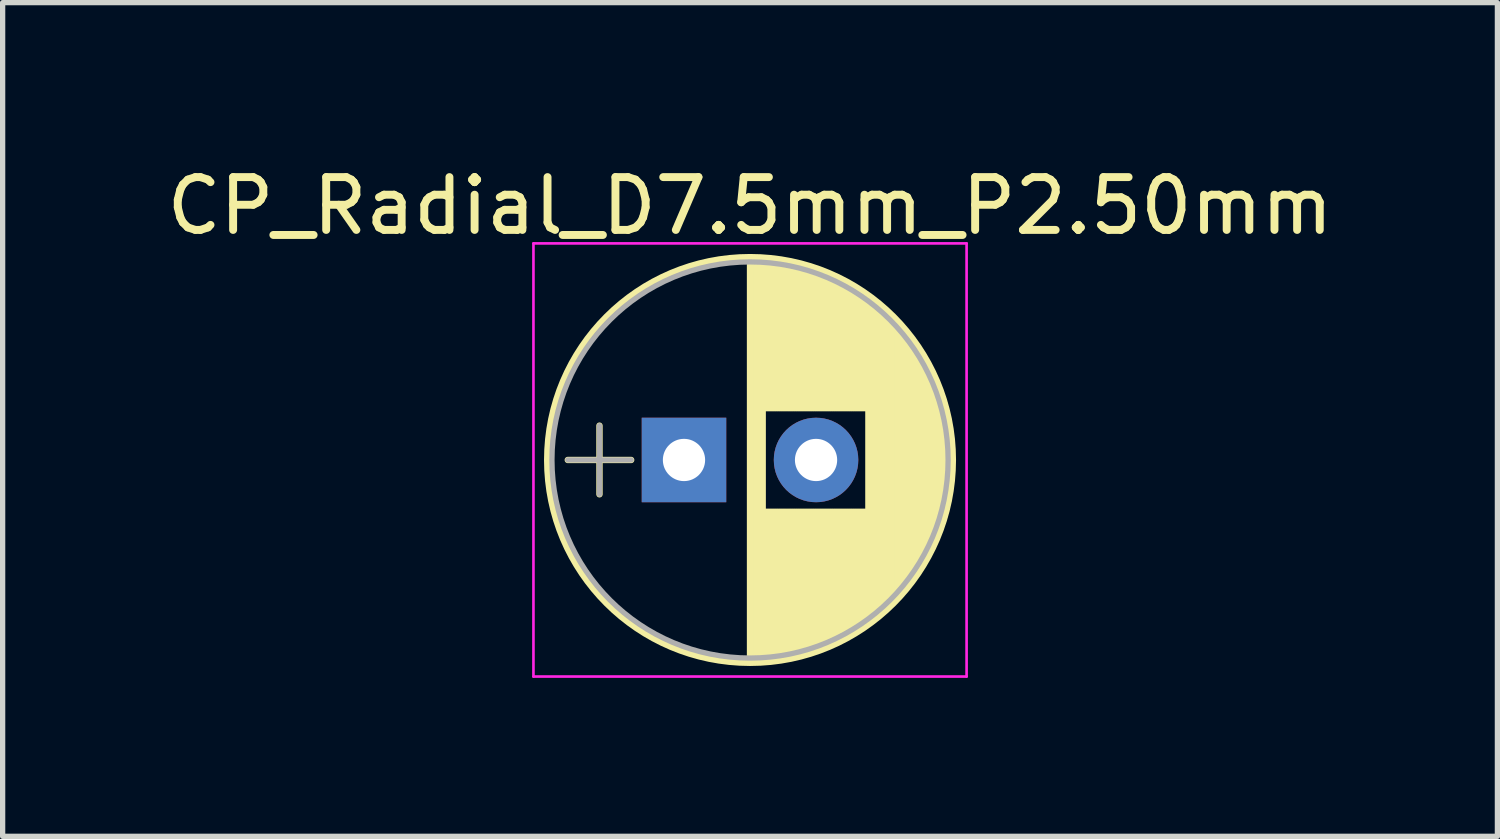
<source format=kicad_pcb>
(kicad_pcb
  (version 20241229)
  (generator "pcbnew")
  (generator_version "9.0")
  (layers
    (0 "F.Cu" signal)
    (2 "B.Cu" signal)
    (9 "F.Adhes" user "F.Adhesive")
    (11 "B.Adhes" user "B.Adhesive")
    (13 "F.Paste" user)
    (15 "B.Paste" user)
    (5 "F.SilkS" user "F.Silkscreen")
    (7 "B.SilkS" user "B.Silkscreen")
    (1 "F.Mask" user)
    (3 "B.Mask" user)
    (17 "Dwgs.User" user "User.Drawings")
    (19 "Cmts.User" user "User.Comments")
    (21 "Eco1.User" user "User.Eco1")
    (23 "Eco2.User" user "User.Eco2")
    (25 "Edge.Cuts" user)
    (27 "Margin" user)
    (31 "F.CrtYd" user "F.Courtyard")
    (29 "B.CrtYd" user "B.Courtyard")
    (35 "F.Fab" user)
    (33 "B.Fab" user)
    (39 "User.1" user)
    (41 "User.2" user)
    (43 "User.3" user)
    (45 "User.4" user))
  (footprint "CP_Radial_D7.5mm_P2.50mm"
    (layer "F.Cu")
    (at 9.899 5.658)
    (property "Reference" "CP_Radial_D7.5mm_P2.50mm" (at 1.25 -4.81 0) (layer "F.SilkS") (effects (font (size 1 1) (thickness 0.15))))
    (attr through_hole)
    (fp_line (start -2.2 0) (end -1 0) (stroke (width 0.12) (type solid)) (layer "F.SilkS"))
    (fp_line (start -1.6 -0.65) (end -1.6 0.65) (stroke (width 0.12) (type solid)) (layer "F.SilkS"))
    (fp_line (start 1.25 -3.8) (end 1.25 3.8) (stroke (width 0.12) (type solid)) (layer "F.SilkS"))
    (fp_line (start 1.29 -3.8) (end 1.29 3.8) (stroke (width 0.12) (type solid)) (layer "F.SilkS"))
    (fp_line (start 1.33 -3.8) (end 1.33 3.8) (stroke (width 0.12) (type solid)) (layer "F.SilkS"))
    (fp_line (start 1.37 -3.799) (end 1.37 3.799) (stroke (width 0.12) (type solid)) (layer "F.SilkS"))
    (fp_line (start 1.41 -3.797) (end 1.41 3.797) (stroke (width 0.12) (type solid)) (layer "F.SilkS"))
    (fp_line (start 1.45 -3.795) (end 1.45 3.795) (stroke (width 0.12) (type solid)) (layer "F.SilkS"))
    (fp_line (start 1.49 -3.793) (end 1.49 3.793) (stroke (width 0.12) (type solid)) (layer "F.SilkS"))
    (fp_line (start 1.53 -3.79) (end 1.53 -0.98) (stroke (width 0.12) (type solid)) (layer "F.SilkS"))
    (fp_line (start 1.53 0.98) (end 1.53 3.79) (stroke (width 0.12) (type solid)) (layer "F.SilkS"))
    (fp_line (start 1.57 -3.787) (end 1.57 -0.98) (stroke (width 0.12) (type solid)) (layer "F.SilkS"))
    (fp_line (start 1.57 0.98) (end 1.57 3.787) (stroke (width 0.12) (type solid)) (layer "F.SilkS"))
    (fp_line (start 1.61 -3.784) (end 1.61 -0.98) (stroke (width 0.12) (type solid)) (layer "F.SilkS"))
    (fp_line (start 1.61 0.98) (end 1.61 3.784) (stroke (width 0.12) (type solid)) (layer "F.SilkS"))
    (fp_line (start 1.65 -3.78) (end 1.65 -0.98) (stroke (width 0.12) (type solid)) (layer "F.SilkS"))
    (fp_line (start 1.65 0.98) (end 1.65 3.78) (stroke (width 0.12) (type solid)) (layer "F.SilkS"))
    (fp_line (start 1.69 -3.775) (end 1.69 -0.98) (stroke (width 0.12) (type solid)) (layer "F.SilkS"))
    (fp_line (start 1.69 0.98) (end 1.69 3.775) (stroke (width 0.12) (type solid)) (layer "F.SilkS"))
    (fp_line (start 1.73 -3.77) (end 1.73 -0.98) (stroke (width 0.12) (type solid)) (layer "F.SilkS"))
    (fp_line (start 1.73 0.98) (end 1.73 3.77) (stroke (width 0.12) (type solid)) (layer "F.SilkS"))
    (fp_line (start 1.77 -3.765) (end 1.77 -0.98) (stroke (width 0.12) (type solid)) (layer "F.SilkS"))
    (fp_line (start 1.77 0.98) (end 1.77 3.765) (stroke (width 0.12) (type solid)) (layer "F.SilkS"))
    (fp_line (start 1.81 -3.759) (end 1.81 -0.98) (stroke (width 0.12) (type solid)) (layer "F.SilkS"))
    (fp_line (start 1.81 0.98) (end 1.81 3.759) (stroke (width 0.12) (type solid)) (layer "F.SilkS"))
    (fp_line (start 1.85 -3.753) (end 1.85 -0.98) (stroke (width 0.12) (type solid)) (layer "F.SilkS"))
    (fp_line (start 1.85 0.98) (end 1.85 3.753) (stroke (width 0.12) (type solid)) (layer "F.SilkS"))
    (fp_line (start 1.89 -3.747) (end 1.89 -0.98) (stroke (width 0.12) (type solid)) (layer "F.SilkS"))
    (fp_line (start 1.89 0.98) (end 1.89 3.747) (stroke (width 0.12) (type solid)) (layer "F.SilkS"))
    (fp_line (start 1.93 -3.74) (end 1.93 -0.98) (stroke (width 0.12) (type solid)) (layer "F.SilkS"))
    (fp_line (start 1.93 0.98) (end 1.93 3.74) (stroke (width 0.12) (type solid)) (layer "F.SilkS"))
    (fp_line (start 1.971 -3.732) (end 1.971 -0.98) (stroke (width 0.12) (type solid)) (layer "F.SilkS"))
    (fp_line (start 1.971 0.98) (end 1.971 3.732) (stroke (width 0.12) (type solid)) (layer "F.SilkS"))
    (fp_line (start 2.011 -3.725) (end 2.011 -0.98) (stroke (width 0.12) (type solid)) (layer "F.SilkS"))
    (fp_line (start 2.011 0.98) (end 2.011 3.725) (stroke (width 0.12) (type solid)) (layer "F.SilkS"))
    (fp_line (start 2.051 -3.716) (end 2.051 -0.98) (stroke (width 0.12) (type solid)) (layer "F.SilkS"))
    (fp_line (start 2.051 0.98) (end 2.051 3.716) (stroke (width 0.12) (type solid)) (layer "F.SilkS"))
    (fp_line (start 2.091 -3.707) (end 2.091 -0.98) (stroke (width 0.12) (type solid)) (layer "F.SilkS"))
    (fp_line (start 2.091 0.98) (end 2.091 3.707) (stroke (width 0.12) (type solid)) (layer "F.SilkS"))
    (fp_line (start 2.131 -3.698) (end 2.131 -0.98) (stroke (width 0.12) (type solid)) (layer "F.SilkS"))
    (fp_line (start 2.131 0.98) (end 2.131 3.698) (stroke (width 0.12) (type solid)) (layer "F.SilkS"))
    (fp_line (start 2.171 -3.689) (end 2.171 -0.98) (stroke (width 0.12) (type solid)) (layer "F.SilkS"))
    (fp_line (start 2.171 0.98) (end 2.171 3.689) (stroke (width 0.12) (type solid)) (layer "F.SilkS"))
    (fp_line (start 2.211 -3.679) (end 2.211 -0.98) (stroke (width 0.12) (type solid)) (layer "F.SilkS"))
    (fp_line (start 2.211 0.98) (end 2.211 3.679) (stroke (width 0.12) (type solid)) (layer "F.SilkS"))
    (fp_line (start 2.251 -3.668) (end 2.251 -0.98) (stroke (width 0.12) (type solid)) (layer "F.SilkS"))
    (fp_line (start 2.251 0.98) (end 2.251 3.668) (stroke (width 0.12) (type solid)) (layer "F.SilkS"))
    (fp_line (start 2.291 -3.657) (end 2.291 -0.98) (stroke (width 0.12) (type solid)) (layer "F.SilkS"))
    (fp_line (start 2.291 0.98) (end 2.291 3.657) (stroke (width 0.12) (type solid)) (layer "F.SilkS"))
    (fp_line (start 2.331 -3.645) (end 2.331 -0.98) (stroke (width 0.12) (type solid)) (layer "F.SilkS"))
    (fp_line (start 2.331 0.98) (end 2.331 3.645) (stroke (width 0.12) (type solid)) (layer "F.SilkS"))
    (fp_line (start 2.371 -3.634) (end 2.371 -0.98) (stroke (width 0.12) (type solid)) (layer "F.SilkS"))
    (fp_line (start 2.371 0.98) (end 2.371 3.634) (stroke (width 0.12) (type solid)) (layer "F.SilkS"))
    (fp_line (start 2.411 -3.621) (end 2.411 -0.98) (stroke (width 0.12) (type solid)) (layer "F.SilkS"))
    (fp_line (start 2.411 0.98) (end 2.411 3.621) (stroke (width 0.12) (type solid)) (layer "F.SilkS"))
    (fp_line (start 2.451 -3.608) (end 2.451 -0.98) (stroke (width 0.12) (type solid)) (layer "F.SilkS"))
    (fp_line (start 2.451 0.98) (end 2.451 3.608) (stroke (width 0.12) (type solid)) (layer "F.SilkS"))
    (fp_line (start 2.491 -3.595) (end 2.491 -0.98) (stroke (width 0.12) (type solid)) (layer "F.SilkS"))
    (fp_line (start 2.491 0.98) (end 2.491 3.595) (stroke (width 0.12) (type solid)) (layer "F.SilkS"))
    (fp_line (start 2.531 -3.581) (end 2.531 -0.98) (stroke (width 0.12) (type solid)) (layer "F.SilkS"))
    (fp_line (start 2.531 0.98) (end 2.531 3.581) (stroke (width 0.12) (type solid)) (layer "F.SilkS"))
    (fp_line (start 2.571 -3.566) (end 2.571 -0.98) (stroke (width 0.12) (type solid)) (layer "F.SilkS"))
    (fp_line (start 2.571 0.98) (end 2.571 3.566) (stroke (width 0.12) (type solid)) (layer "F.SilkS"))
    (fp_line (start 2.611 -3.552) (end 2.611 -0.98) (stroke (width 0.12) (type solid)) (layer "F.SilkS"))
    (fp_line (start 2.611 0.98) (end 2.611 3.552) (stroke (width 0.12) (type solid)) (layer "F.SilkS"))
    (fp_line (start 2.651 -3.536) (end 2.651 -0.98) (stroke (width 0.12) (type solid)) (layer "F.SilkS"))
    (fp_line (start 2.651 0.98) (end 2.651 3.536) (stroke (width 0.12) (type solid)) (layer "F.SilkS"))
    (fp_line (start 2.691 -3.52) (end 2.691 -0.98) (stroke (width 0.12) (type solid)) (layer "F.SilkS"))
    (fp_line (start 2.691 0.98) (end 2.691 3.52) (stroke (width 0.12) (type solid)) (layer "F.SilkS"))
    (fp_line (start 2.731 -3.504) (end 2.731 -0.98) (stroke (width 0.12) (type solid)) (layer "F.SilkS"))
    (fp_line (start 2.731 0.98) (end 2.731 3.504) (stroke (width 0.12) (type solid)) (layer "F.SilkS"))
    (fp_line (start 2.771 -3.487) (end 2.771 -0.98) (stroke (width 0.12) (type solid)) (layer "F.SilkS"))
    (fp_line (start 2.771 0.98) (end 2.771 3.487) (stroke (width 0.12) (type solid)) (layer "F.SilkS"))
    (fp_line (start 2.811 -3.469) (end 2.811 -0.98) (stroke (width 0.12) (type solid)) (layer "F.SilkS"))
    (fp_line (start 2.811 0.98) (end 2.811 3.469) (stroke (width 0.12) (type solid)) (layer "F.SilkS"))
    (fp_line (start 2.851 -3.451) (end 2.851 -0.98) (stroke (width 0.12) (type solid)) (layer "F.SilkS"))
    (fp_line (start 2.851 0.98) (end 2.851 3.451) (stroke (width 0.12) (type solid)) (layer "F.SilkS"))
    (fp_line (start 2.891 -3.433) (end 2.891 -0.98) (stroke (width 0.12) (type solid)) (layer "F.SilkS"))
    (fp_line (start 2.891 0.98) (end 2.891 3.433) (stroke (width 0.12) (type solid)) (layer "F.SilkS"))
    (fp_line (start 2.931 -3.413) (end 2.931 -0.98) (stroke (width 0.12) (type solid)) (layer "F.SilkS"))
    (fp_line (start 2.931 0.98) (end 2.931 3.413) (stroke (width 0.12) (type solid)) (layer "F.SilkS"))
    (fp_line (start 2.971 -3.394) (end 2.971 -0.98) (stroke (width 0.12) (type solid)) (layer "F.SilkS"))
    (fp_line (start 2.971 0.98) (end 2.971 3.394) (stroke (width 0.12) (type solid)) (layer "F.SilkS"))
    (fp_line (start 3.011 -3.373) (end 3.011 -0.98) (stroke (width 0.12) (type solid)) (layer "F.SilkS"))
    (fp_line (start 3.011 0.98) (end 3.011 3.373) (stroke (width 0.12) (type solid)) (layer "F.SilkS"))
    (fp_line (start 3.051 -3.352) (end 3.051 -0.98) (stroke (width 0.12) (type solid)) (layer "F.SilkS"))
    (fp_line (start 3.051 0.98) (end 3.051 3.352) (stroke (width 0.12) (type solid)) (layer "F.SilkS"))
    (fp_line (start 3.091 -3.331) (end 3.091 -0.98) (stroke (width 0.12) (type solid)) (layer "F.SilkS"))
    (fp_line (start 3.091 0.98) (end 3.091 3.331) (stroke (width 0.12) (type solid)) (layer "F.SilkS"))
    (fp_line (start 3.131 -3.309) (end 3.131 -0.98) (stroke (width 0.12) (type solid)) (layer "F.SilkS"))
    (fp_line (start 3.131 0.98) (end 3.131 3.309) (stroke (width 0.12) (type solid)) (layer "F.SilkS"))
    (fp_line (start 3.171 -3.286) (end 3.171 -0.98) (stroke (width 0.12) (type solid)) (layer "F.SilkS"))
    (fp_line (start 3.171 0.98) (end 3.171 3.286) (stroke (width 0.12) (type solid)) (layer "F.SilkS"))
    (fp_line (start 3.211 -3.263) (end 3.211 -0.98) (stroke (width 0.12) (type solid)) (layer "F.SilkS"))
    (fp_line (start 3.211 0.98) (end 3.211 3.263) (stroke (width 0.12) (type solid)) (layer "F.SilkS"))
    (fp_line (start 3.251 -3.239) (end 3.251 -0.98) (stroke (width 0.12) (type solid)) (layer "F.SilkS"))
    (fp_line (start 3.251 0.98) (end 3.251 3.239) (stroke (width 0.12) (type solid)) (layer "F.SilkS"))
    (fp_line (start 3.291 -3.214) (end 3.291 -0.98) (stroke (width 0.12) (type solid)) (layer "F.SilkS"))
    (fp_line (start 3.291 0.98) (end 3.291 3.214) (stroke (width 0.12) (type solid)) (layer "F.SilkS"))
    (fp_line (start 3.331 -3.188) (end 3.331 -0.98) (stroke (width 0.12) (type solid)) (layer "F.SilkS"))
    (fp_line (start 3.331 0.98) (end 3.331 3.188) (stroke (width 0.12) (type solid)) (layer "F.SilkS"))
    (fp_line (start 3.371 -3.162) (end 3.371 -0.98) (stroke (width 0.12) (type solid)) (layer "F.SilkS"))
    (fp_line (start 3.371 0.98) (end 3.371 3.162) (stroke (width 0.12) (type solid)) (layer "F.SilkS"))
    (fp_line (start 3.411 -3.135) (end 3.411 -0.98) (stroke (width 0.12) (type solid)) (layer "F.SilkS"))
    (fp_line (start 3.411 0.98) (end 3.411 3.135) (stroke (width 0.12) (type solid)) (layer "F.SilkS"))
    (fp_line (start 3.451 -3.108) (end 3.451 -0.98) (stroke (width 0.12) (type solid)) (layer "F.SilkS"))
    (fp_line (start 3.451 0.98) (end 3.451 3.108) (stroke (width 0.12) (type solid)) (layer "F.SilkS"))
    (fp_line (start 3.491 -3.079) (end 3.491 3.079) (stroke (width 0.12) (type solid)) (layer "F.SilkS"))
    (fp_line (start 3.531 -3.05) (end 3.531 3.05) (stroke (width 0.12) (type solid)) (layer "F.SilkS"))
    (fp_line (start 3.571 -3.02) (end 3.571 3.02) (stroke (width 0.12) (type solid)) (layer "F.SilkS"))
    (fp_line (start 3.611 -2.99) (end 3.611 2.99) (stroke (width 0.12) (type solid)) (layer "F.SilkS"))
    (fp_line (start 3.651 -2.958) (end 3.651 2.958) (stroke (width 0.12) (type solid)) (layer "F.SilkS"))
    (fp_line (start 3.691 -2.926) (end 3.691 2.926) (stroke (width 0.12) (type solid)) (layer "F.SilkS"))
    (fp_line (start 3.731 -2.892) (end 3.731 2.892) (stroke (width 0.12) (type solid)) (layer "F.SilkS"))
    (fp_line (start 3.771 -2.858) (end 3.771 2.858) (stroke (width 0.12) (type solid)) (layer "F.SilkS"))
    (fp_line (start 3.811 -2.823) (end 3.811 2.823) (stroke (width 0.12) (type solid)) (layer "F.SilkS"))
    (fp_line (start 3.851 -2.786) (end 3.851 2.786) (stroke (width 0.12) (type solid)) (layer "F.SilkS"))
    (fp_line (start 3.891 -2.749) (end 3.891 2.749) (stroke (width 0.12) (type solid)) (layer "F.SilkS"))
    (fp_line (start 3.931 -2.711) (end 3.931 2.711) (stroke (width 0.12) (type solid)) (layer "F.SilkS"))
    (fp_line (start 3.971 -2.671) (end 3.971 2.671) (stroke (width 0.12) (type solid)) (layer "F.SilkS"))
    (fp_line (start 4.011 -2.63) (end 4.011 2.63) (stroke (width 0.12) (type solid)) (layer "F.SilkS"))
    (fp_line (start 4.051 -2.588) (end 4.051 2.588) (stroke (width 0.12) (type solid)) (layer "F.SilkS"))
    (fp_line (start 4.091 -2.545) (end 4.091 2.545) (stroke (width 0.12) (type solid)) (layer "F.SilkS"))
    (fp_line (start 4.131 -2.5) (end 4.131 2.5) (stroke (width 0.12) (type solid)) (layer "F.SilkS"))
    (fp_line (start 4.171 -2.454) (end 4.171 2.454) (stroke (width 0.12) (type solid)) (layer "F.SilkS"))
    (fp_line (start 4.211 -2.407) (end 4.211 2.407) (stroke (width 0.12) (type solid)) (layer "F.SilkS"))
    (fp_line (start 4.251 -2.357) (end 4.251 2.357) (stroke (width 0.12) (type solid)) (layer "F.SilkS"))
    (fp_line (start 4.291 -2.307) (end 4.291 2.307) (stroke (width 0.12) (type solid)) (layer "F.SilkS"))
    (fp_line (start 4.331 -2.254) (end 4.331 2.254) (stroke (width 0.12) (type solid)) (layer "F.SilkS"))
    (fp_line (start 4.371 -2.199) (end 4.371 2.199) (stroke (width 0.12) (type solid)) (layer "F.SilkS"))
    (fp_line (start 4.411 -2.142) (end 4.411 2.142) (stroke (width 0.12) (type solid)) (layer "F.SilkS"))
    (fp_line (start 4.451 -2.083) (end 4.451 2.083) (stroke (width 0.12) (type solid)) (layer "F.SilkS"))
    (fp_line (start 4.491 -2.022) (end 4.491 2.022) (stroke (width 0.12) (type solid)) (layer "F.SilkS"))
    (fp_line (start 4.531 -1.957) (end 4.531 1.957) (stroke (width 0.12) (type solid)) (layer "F.SilkS"))
    (fp_line (start 4.571 -1.89) (end 4.571 1.89) (stroke (width 0.12) (type solid)) (layer "F.SilkS"))
    (fp_line (start 4.611 -1.82) (end 4.611 1.82) (stroke (width 0.12) (type solid)) (layer "F.SilkS"))
    (fp_line (start 4.651 -1.745) (end 4.651 1.745) (stroke (width 0.12) (type solid)) (layer "F.SilkS"))
    (fp_line (start 4.691 -1.667) (end 4.691 1.667) (stroke (width 0.12) (type solid)) (layer "F.SilkS"))
    (fp_line (start 4.731 -1.584) (end 4.731 1.584) (stroke (width 0.12) (type solid)) (layer "F.SilkS"))
    (fp_line (start 4.771 -1.495) (end 4.771 1.495) (stroke (width 0.12) (type solid)) (layer "F.SilkS"))
    (fp_line (start 4.811 -1.4) (end 4.811 1.4) (stroke (width 0.12) (type solid)) (layer "F.SilkS"))
    (fp_line (start 4.851 -1.297) (end 4.851 1.297) (stroke (width 0.12) (type solid)) (layer "F.SilkS"))
    (fp_line (start 4.891 -1.184) (end 4.891 1.184) (stroke (width 0.12) (type solid)) (layer "F.SilkS"))
    (fp_line (start 4.931 -1.057) (end 4.931 1.057) (stroke (width 0.12) (type solid)) (layer "F.SilkS"))
    (fp_line (start 4.971 -0.913) (end 4.971 0.913) (stroke (width 0.12) (type solid)) (layer "F.SilkS"))
    (fp_line (start 5.011 -0.74) (end 5.011 0.74) (stroke (width 0.12) (type solid)) (layer "F.SilkS"))
    (fp_line (start 5.051 -0.513) (end 5.051 0.513) (stroke (width 0.12) (type solid)) (layer "F.SilkS"))
    (fp_circle (center 1.25 0) (end 5.09 0) (stroke (width 0.12) (type solid)) (fill no) (layer "F.SilkS"))
    (fp_line (start -2.85 -4.1) (end -2.85 4.1) (stroke (width 0.05) (type solid)) (layer "F.CrtYd"))
    (fp_line (start -2.85 4.1) (end 5.35 4.1) (stroke (width 0.05) (type solid)) (layer "F.CrtYd"))
    (fp_line (start 5.35 -4.1) (end -2.85 -4.1) (stroke (width 0.05) (type solid)) (layer "F.CrtYd"))
    (fp_line (start 5.35 4.1) (end 5.35 -4.1) (stroke (width 0.05) (type solid)) (layer "F.CrtYd"))
    (fp_line (start -2.2 0) (end -1 0) (stroke (width 0.1) (type solid)) (layer "F.Fab"))
    (fp_line (start -1.6 -0.65) (end -1.6 0.65) (stroke (width 0.1) (type solid)) (layer "F.Fab"))
    (fp_circle (center 1.25 0) (end 5 0) (stroke (width 0.1) (type solid)) (fill no) (layer "F.Fab"))
    (pad "1" thru_hole rect (at 0 0) (size 1.6 1.6) (drill 0.8) (layers "*.Cu" "*.Mask"))
    (pad "2" thru_hole circle (at 2.5 0) (size 1.6 1.6) (drill 0.8) (layers "*.Cu" "*.Mask")))
  (gr_rect
    (start -3 -3)
    (end 25.298 12.783)
    (stroke (width 0.1) (type default))
    (fill no)
    (layer "Edge.Cuts")))
</source>
